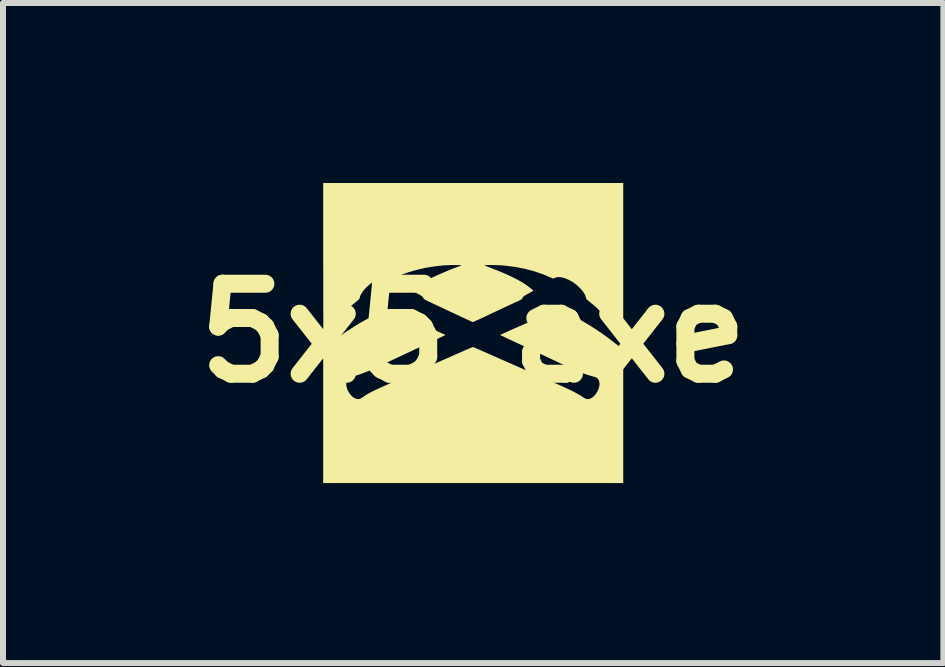
<source format=kicad_pcb>
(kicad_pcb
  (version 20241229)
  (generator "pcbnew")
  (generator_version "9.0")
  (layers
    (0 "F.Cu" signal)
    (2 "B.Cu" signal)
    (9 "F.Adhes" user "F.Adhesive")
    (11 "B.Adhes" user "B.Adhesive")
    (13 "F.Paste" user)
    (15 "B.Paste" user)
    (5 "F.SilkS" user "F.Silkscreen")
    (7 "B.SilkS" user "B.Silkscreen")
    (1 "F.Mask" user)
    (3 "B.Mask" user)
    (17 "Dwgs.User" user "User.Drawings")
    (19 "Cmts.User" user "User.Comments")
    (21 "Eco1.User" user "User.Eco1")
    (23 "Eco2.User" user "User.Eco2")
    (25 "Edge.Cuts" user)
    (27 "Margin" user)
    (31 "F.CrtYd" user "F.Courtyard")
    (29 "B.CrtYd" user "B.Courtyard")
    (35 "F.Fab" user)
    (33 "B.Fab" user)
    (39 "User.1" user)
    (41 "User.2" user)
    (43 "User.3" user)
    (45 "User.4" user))
  (footprint "5x5_axe"
    (layer "F.Cu")
    (at 4.836 2.5)
    (property "Reference" "5x5_axe" (at 0 0 0) (layer "F.SilkS") (effects (font (size 1.5 1.5) (thickness 0.3))))
    (attr board_only exclude_from_pos_files exclude_from_bom)
    (fp_poly (pts (xy 2.5 0) (xy 2.5 2.5) (xy 0 2.5) (xy -2.5 2.5) (xy -2.5 1.384) (xy -2.5 0.268) (xy -2.454 0.23) (xy -2.425 0.206) (xy -2.389 0.178) (xy -2.348 0.147) (xy -2.303 0.113) (xy -2.257 0.079) (xy -2.211 0.045) (xy -2.168 0.014) (xy -2.128 -0.014) (xy -2.103 -0.031) (xy -1.986 -0.107) (xy -1.874 -0.175) (xy -1.766 -0.235) (xy -1.664 -0.285) (xy -1.568 -0.327) (xy -1.561 -0.33) (xy -1.507 -0.351) (xy -1.413 -0.315) (xy -1.36 -0.295) (xy -1.316 -0.278) (xy -1.279 -0.265) (xy -1.248 -0.255) (xy -1.221 -0.248) (xy -1.198 -0.242) (xy -1.176 -0.239) (xy -1.155 -0.237) (xy -1.133 -0.236) (xy -1.125 -0.236) (xy -1.058 -0.234) (xy -0.759 -0.102) (xy -0.706 -0.079) (xy -0.655 -0.056) (xy -0.608 -0.035) (xy -0.567 -0.016) (xy -0.531 0.001) (xy -0.502 0.014) (xy -0.481 0.024) (xy -0.468 0.031) (xy -0.465 0.034) (xy -0.471 0.037) (xy -0.486 0.044) (xy -0.508 0.055) (xy -0.537 0.069) (xy -0.572 0.085) (xy -0.611 0.104) (xy -0.65 0.122) (xy -0.736 0.162) (xy -0.831 0.207) (xy -0.936 0.256) (xy -1.051 0.31) (xy -1.174 0.368) (xy -1.307 0.43) (xy -1.449 0.497) (xy -1.497 0.52) (xy -1.579 0.558) (xy -1.652 0.591) (xy -1.718 0.62) (xy -1.776 0.645) (xy -1.829 0.666) (xy -1.877 0.684) (xy -1.92 0.699) (xy -1.961 0.711) (xy -2 0.722) (xy -2.016 0.726) (xy -2.054 0.738) (xy -2.083 0.756) (xy -2.102 0.78) (xy -2.114 0.811) (xy -2.117 0.845) (xy -2.111 0.896) (xy -2.096 0.946) (xy -2.07 0.994) (xy -2.036 1.038) (xy -2.035 1.039) (xy -2.003 1.069) (xy -1.97 1.089) (xy -1.939 1.1) (xy -1.926 1.101) (xy -1.904 1.1) (xy -1.885 1.096) (xy -1.867 1.086) (xy -1.846 1.072) (xy -1.81 1.047) (xy -1.765 1.019) (xy -1.712 0.99) (xy -1.666 0.966) (xy -1.655 0.961) (xy -1.644 0.956) (xy -1.633 0.95) (xy -1.621 0.944) (xy -1.608 0.938) (xy -1.592 0.931) (xy -1.573 0.922) (xy -1.551 0.912) (xy -1.524 0.9) (xy -1.493 0.886) (xy -1.457 0.87) (xy -1.414 0.851) (xy -1.365 0.83) (xy -1.309 0.805) (xy -1.245 0.777) (xy -1.172 0.744) (xy -1.09 0.708) (xy -1.033 0.683) (xy -0.976 0.658) (xy -0.92 0.634) (xy -0.869 0.611) (xy -0.821 0.59) (xy -0.779 0.571) (xy -0.743 0.555) (xy -0.715 0.543) (xy -0.694 0.534) (xy -0.682 0.528) (xy -0.681 0.528) (xy -0.668 0.522) (xy -0.646 0.512) (xy -0.616 0.499) (xy -0.578 0.482) (xy -0.534 0.463) (xy -0.485 0.441) (xy -0.431 0.418) (xy -0.374 0.392) (xy -0.314 0.366) (xy -0.253 0.339) (xy -0.191 0.312) (xy -0.191 0.312) (xy -0.149 0.293) (xy -0.111 0.277) (xy -0.076 0.262) (xy -0.048 0.25) (xy -0.025 0.241) (xy -0.011 0.235) (xy -0.006 0.233) (xy 0.002 0.235) (xy 0.017 0.241) (xy 0.036 0.249) (xy 0.038 0.249) (xy 0.054 0.257) (xy 0.078 0.267) (xy 0.108 0.28) (xy 0.143 0.296) (xy 0.181 0.312) (xy 0.22 0.329) (xy 0.259 0.347) (xy 0.295 0.363) (xy 0.329 0.378) (xy 0.357 0.39) (xy 0.378 0.399) (xy 0.391 0.405) (xy 0.392 0.406) (xy 0.401 0.41) (xy 0.42 0.418) (xy 0.447 0.43) (xy 0.482 0.446) (xy 0.525 0.464) (xy 0.574 0.486) (xy 0.629 0.51) (xy 0.689 0.537) (xy 0.753 0.565) (xy 0.821 0.595) (xy 0.892 0.626) (xy 0.965 0.659) (xy 1.04 0.691) (xy 1.115 0.725) (xy 1.19 0.758) (xy 1.265 0.79) (xy 1.311 0.811) (xy 1.394 0.848) (xy 1.467 0.88) (xy 1.532 0.91) (xy 1.589 0.936) (xy 1.639 0.96) (xy 1.682 0.982) (xy 1.719 1.002) (xy 1.752 1.02) (xy 1.781 1.037) (xy 1.806 1.053) (xy 1.834 1.072) (xy 1.855 1.085) (xy 1.871 1.093) (xy 1.885 1.098) (xy 1.897 1.101) (xy 1.911 1.101) (xy 1.916 1.101) (xy 1.947 1.094) (xy 1.979 1.078) (xy 2.009 1.054) (xy 2.038 1.022) (xy 2.063 0.985) (xy 2.084 0.943) (xy 2.094 0.915) (xy 2.104 0.87) (xy 2.104 0.83) (xy 2.096 0.795) (xy 2.079 0.765) (xy 2.069 0.755) (xy 2.063 0.749) (xy 2.057 0.745) (xy 2.049 0.741) (xy 2.039 0.737) (xy 2.023 0.731) (xy 2.001 0.725) (xy 1.972 0.716) (xy 1.944 0.708) (xy 1.907 0.697) (xy 1.869 0.685) (xy 1.831 0.671) (xy 1.791 0.656) (xy 1.747 0.638) (xy 1.699 0.617) (xy 1.645 0.593) (xy 1.584 0.565) (xy 1.514 0.533) (xy 1.503 0.528) (xy 1.458 0.507) (xy 1.405 0.482) (xy 1.345 0.454) (xy 1.28 0.423) (xy 1.211 0.391) (xy 1.139 0.357) (xy 1.068 0.324) (xy 0.997 0.291) (xy 0.929 0.259) (xy 0.917 0.253) (xy 0.855 0.224) (xy 0.796 0.196) (xy 0.739 0.17) (xy 0.686 0.145) (xy 0.638 0.122) (xy 0.595 0.102) (xy 0.558 0.085) (xy 0.53 0.071) (xy 0.509 0.061) (xy 0.5 0.057) (xy 0.447 0.032) (xy 0.486 0.014) (xy 0.501 0.007) (xy 0.524 -0.004) (xy 0.554 -0.017) (xy 0.59 -0.033) (xy 0.63 -0.051) (xy 0.672 -0.07) (xy 0.697 -0.081) (xy 0.743 -0.101) (xy 0.79 -0.122) (xy 0.837 -0.142) (xy 0.88 -0.161) (xy 0.918 -0.178) (xy 0.949 -0.191) (xy 0.958 -0.195) (xy 1.046 -0.234) (xy 1.113 -0.236) (xy 1.135 -0.236) (xy 1.153 -0.237) (xy 1.171 -0.239) (xy 1.189 -0.242) (xy 1.209 -0.247) (xy 1.232 -0.254) (xy 1.259 -0.263) (xy 1.293 -0.275) (xy 1.334 -0.29) (xy 1.384 -0.309) (xy 1.386 -0.31) (xy 1.497 -0.351) (xy 1.564 -0.324) (xy 1.648 -0.288) (xy 1.739 -0.243) (xy 1.834 -0.191) (xy 1.934 -0.132) (xy 2.036 -0.067) (xy 2.14 0.003) (xy 2.245 0.079) (xy 2.35 0.158) (xy 2.393 0.192) (xy 2.422 0.214) (xy 2.447 0.233) (xy 2.468 0.249) (xy 2.484 0.259) (xy 2.493 0.264) (xy 2.494 0.264) (xy 2.493 0.256) (xy 2.488 0.24) (xy 2.481 0.218) (xy 2.476 0.204) (xy 2.426 0.086) (xy 2.367 -0.029) (xy 2.299 -0.14) (xy 2.221 -0.245) (xy 2.135 -0.344) (xy 2.042 -0.436) (xy 1.946 -0.516) (xy 1.921 -0.535) (xy 1.904 -0.549) (xy 1.893 -0.56) (xy 1.885 -0.569) (xy 1.881 -0.578) (xy 1.878 -0.589) (xy 1.878 -0.591) (xy 1.867 -0.628) (xy 1.848 -0.664) (xy 1.822 -0.701) (xy 1.786 -0.742) (xy 1.772 -0.756) (xy 1.727 -0.798) (xy 1.683 -0.833) (xy 1.637 -0.863) (xy 1.585 -0.89) (xy 1.58 -0.892) (xy 1.527 -0.914) (xy 1.477 -0.927) (xy 1.431 -0.933) (xy 1.39 -0.929) (xy 1.356 -0.918) (xy 1.333 -0.907) (xy 1.29 -0.926) (xy 1.155 -0.982) (xy 1.014 -1.03) (xy 0.867 -1.069) (xy 0.714 -1.099) (xy 0.557 -1.12) (xy 0.478 -1.128) (xy 0.449 -1.129) (xy 0.416 -1.131) (xy 0.38 -1.132) (xy 0.343 -1.133) (xy 0.307 -1.133) (xy 0.272 -1.133) (xy 0.242 -1.133) (xy 0.216 -1.132) (xy 0.198 -1.131) (xy 0.188 -1.13) (xy 0.186 -1.128) (xy 0.193 -1.125) (xy 0.208 -1.118) (xy 0.231 -1.109) (xy 0.259 -1.098) (xy 0.291 -1.086) (xy 0.304 -1.081) (xy 0.429 -1.032) (xy 0.543 -0.984) (xy 0.646 -0.936) (xy 0.739 -0.889) (xy 0.821 -0.842) (xy 0.891 -0.796) (xy 0.915 -0.778) (xy 0.945 -0.756) (xy 0.969 -0.736) (xy 0.987 -0.72) (xy 0.997 -0.71) (xy 1 -0.704) (xy 1 -0.704) (xy 0.994 -0.7) (xy 0.981 -0.693) (xy 0.961 -0.681) (xy 0.936 -0.668) (xy 0.917 -0.657) (xy 0.886 -0.64) (xy 0.864 -0.628) (xy 0.849 -0.618) (xy 0.838 -0.609) (xy 0.831 -0.601) (xy 0.824 -0.591) (xy 0.822 -0.587) (xy 0.815 -0.574) (xy 0.806 -0.565) (xy 0.794 -0.556) (xy 0.775 -0.546) (xy 0.761 -0.539) (xy 0.729 -0.524) (xy 0.687 -0.505) (xy 0.637 -0.481) (xy 0.58 -0.455) (xy 0.516 -0.425) (xy 0.447 -0.392) (xy 0.373 -0.358) (xy 0.295 -0.321) (xy 0.215 -0.283) (xy 0.192 -0.272) (xy 0.152 -0.254) (xy 0.115 -0.236) (xy 0.081 -0.221) (xy 0.052 -0.208) (xy 0.03 -0.198) (xy 0.016 -0.192) (xy 0.014 -0.19) (xy -0.009 -0.182) (xy -0.123 -0.235) (xy -0.205 -0.273) (xy -0.284 -0.31) (xy -0.36 -0.346) (xy -0.432 -0.379) (xy -0.499 -0.411) (xy -0.562 -0.44) (xy -0.618 -0.467) (xy -0.668 -0.49) (xy -0.711 -0.511) (xy -0.747 -0.527) (xy -0.774 -0.54) (xy -0.792 -0.549) (xy -0.801 -0.553) (xy -0.822 -0.57) (xy -0.835 -0.588) (xy -0.84 -0.598) (xy -0.847 -0.607) (xy -0.857 -0.615) (xy -0.871 -0.625) (xy -0.892 -0.637) (xy -0.92 -0.652) (xy -0.927 -0.656) (xy -0.954 -0.671) (xy -0.977 -0.683) (xy -0.995 -0.694) (xy -1.007 -0.7) (xy -1.01 -0.702) (xy -1.009 -0.709) (xy -1 -0.721) (xy -0.983 -0.736) (xy -0.96 -0.755) (xy -0.931 -0.776) (xy -0.897 -0.8) (xy -0.859 -0.824) (xy -0.819 -0.849) (xy -0.777 -0.874) (xy -0.735 -0.897) (xy -0.717 -0.907) (xy -0.678 -0.927) (xy -0.631 -0.949) (xy -0.578 -0.973) (xy -0.521 -0.998) (xy -0.462 -1.023) (xy -0.403 -1.048) (xy -0.347 -1.07) (xy -0.296 -1.09) (xy -0.251 -1.106) (xy -0.229 -1.114) (xy -0.213 -1.12) (xy -0.201 -1.125) (xy -0.197 -1.128) (xy -0.201 -1.13) (xy -0.215 -1.131) (xy -0.236 -1.132) (xy -0.264 -1.133) (xy -0.296 -1.133) (xy -0.332 -1.133) (xy -0.369 -1.133) (xy -0.406 -1.132) (xy -0.441 -1.13) (xy -0.473 -1.129) (xy -0.489 -1.128) (xy -0.643 -1.111) (xy -0.794 -1.087) (xy -0.941 -1.053) (xy -1.079 -1.013) (xy -1.122 -0.999) (xy -1.166 -0.982) (xy -1.211 -0.965) (xy -1.254 -0.948) (xy -1.29 -0.932) (xy -1.317 -0.919) (xy -1.344 -0.905) (xy -1.368 -0.917) (xy -1.403 -0.929) (xy -1.443 -0.932) (xy -1.487 -0.928) (xy -1.535 -0.916) (xy -1.585 -0.896) (xy -1.636 -0.871) (xy -1.687 -0.839) (xy -1.737 -0.801) (xy -1.782 -0.76) (xy -1.815 -0.724) (xy -1.844 -0.687) (xy -1.867 -0.651) (xy -1.884 -0.616) (xy -1.893 -0.586) (xy -1.895 -0.573) (xy -1.899 -0.566) (xy -1.911 -0.555) (xy -1.928 -0.54) (xy -1.949 -0.523) (xy -1.954 -0.519) (xy -2.044 -0.445) (xy -2.13 -0.362) (xy -2.21 -0.271) (xy -2.285 -0.175) (xy -2.353 -0.073) (xy -2.412 0.031) (xy -2.462 0.137) (xy -2.493 0.219) (xy -2.494 0.217) (xy -2.495 0.206) (xy -2.495 0.186) (xy -2.496 0.156) (xy -2.496 0.118) (xy -2.497 0.07) (xy -2.497 0.012) (xy -2.498 -0.055) (xy -2.498 -0.132) (xy -2.498 -0.219) (xy -2.499 -0.317) (xy -2.499 -0.424) (xy -2.499 -0.542) (xy -2.499 -0.671) (xy -2.499 -0.81) (xy -2.499 -0.96) (xy -2.5 -1.121) (xy -2.5 -1.132) (xy -2.5 -2.5) (xy 0 -2.5) (xy 2.5 -2.5)) (stroke (width 0) (type solid)) (fill yes) (layer "F.SilkS")))
  (gr_rect
    (start -3 -3)
    (end 12.671 8)
    (stroke (width 0.1) (type default))
    (fill no)
    (layer "Edge.Cuts")))
</source>
